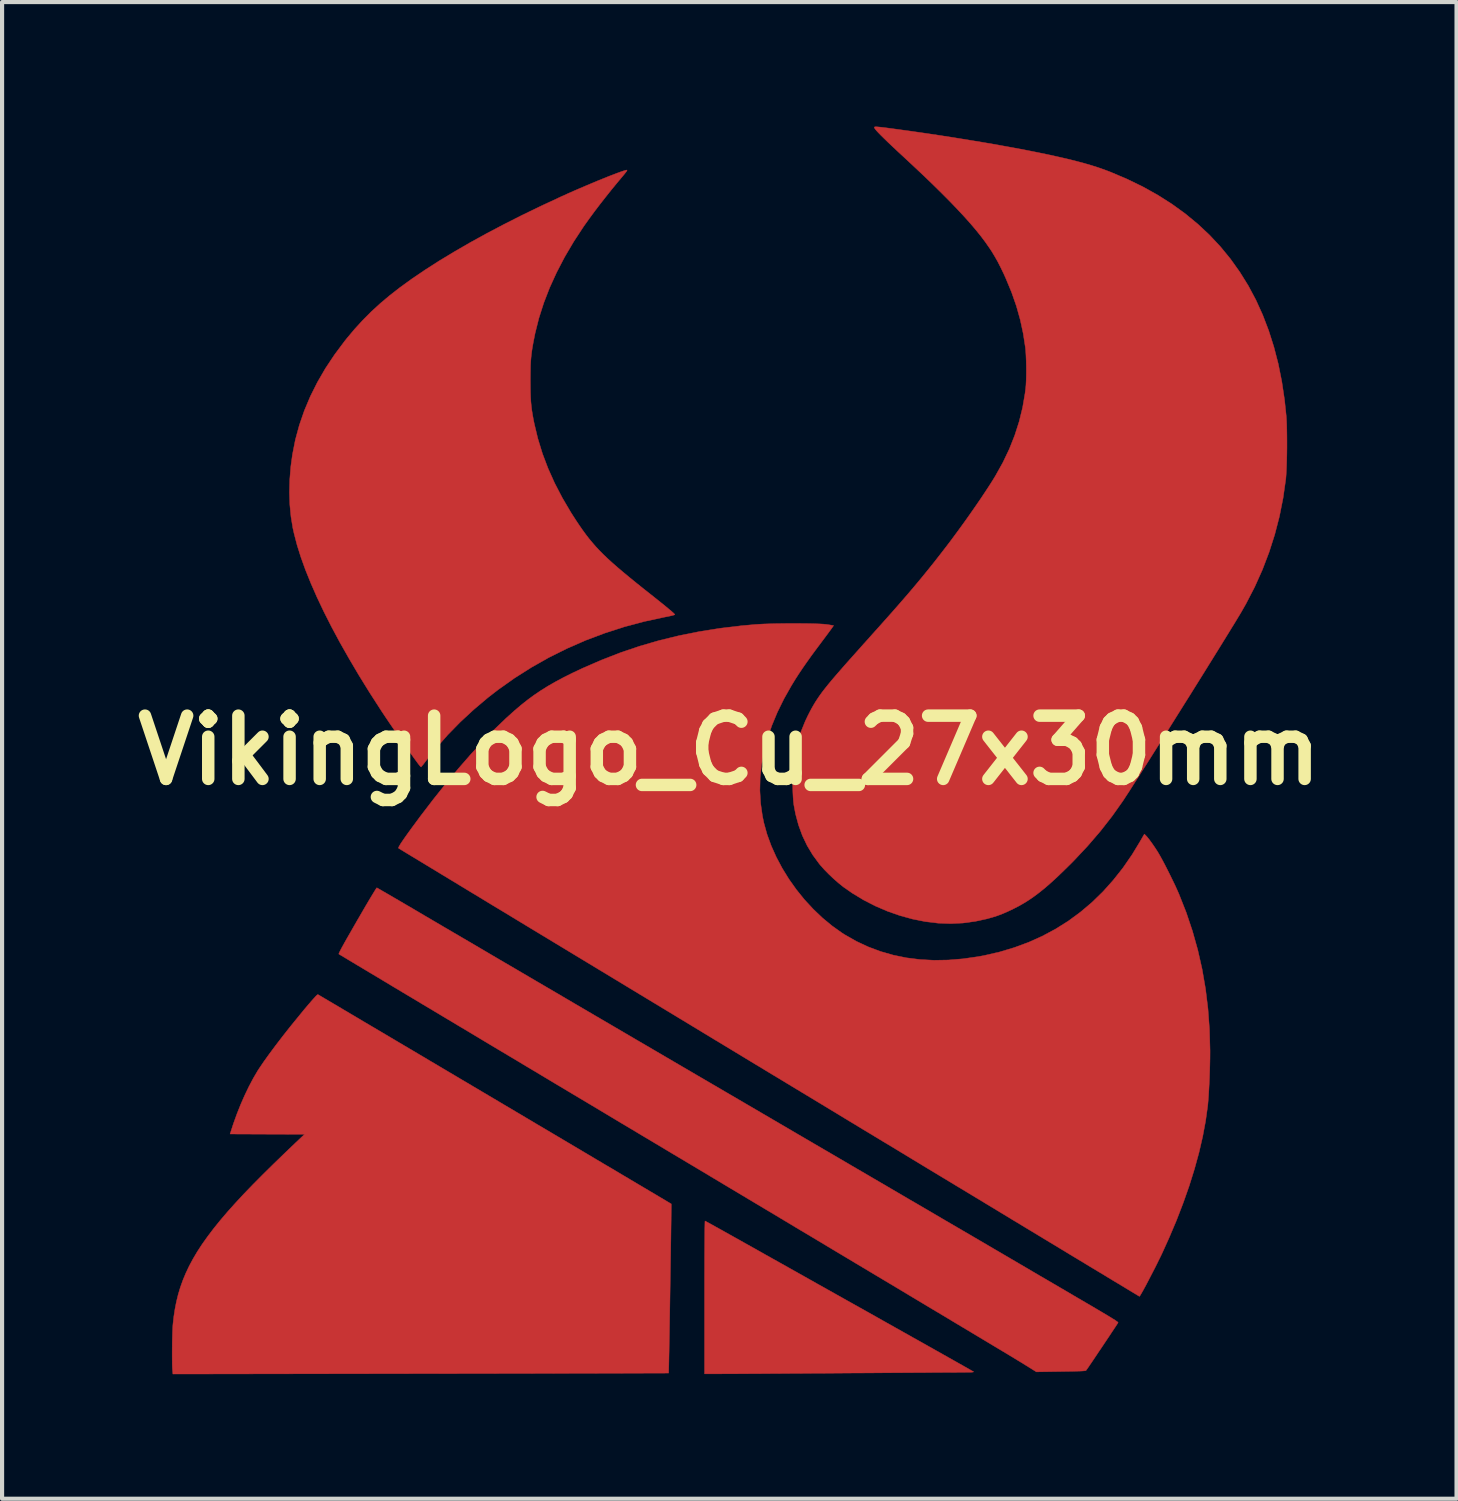
<source format=kicad_pcb>
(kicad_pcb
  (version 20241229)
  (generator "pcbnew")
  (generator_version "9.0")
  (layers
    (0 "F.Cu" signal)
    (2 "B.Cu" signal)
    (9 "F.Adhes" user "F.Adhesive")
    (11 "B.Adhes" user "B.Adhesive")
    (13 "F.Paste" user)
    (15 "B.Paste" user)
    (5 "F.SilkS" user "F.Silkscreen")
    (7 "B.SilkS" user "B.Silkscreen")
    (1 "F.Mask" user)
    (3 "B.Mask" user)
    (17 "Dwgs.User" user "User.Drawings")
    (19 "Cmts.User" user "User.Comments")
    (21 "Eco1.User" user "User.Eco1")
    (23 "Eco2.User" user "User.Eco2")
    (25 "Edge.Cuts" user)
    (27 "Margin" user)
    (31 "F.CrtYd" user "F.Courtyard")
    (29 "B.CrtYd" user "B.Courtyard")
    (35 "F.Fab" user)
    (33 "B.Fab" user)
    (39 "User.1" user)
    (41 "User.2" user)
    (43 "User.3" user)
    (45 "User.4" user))
  (footprint "VikingLogo_Cu_27x30mm"
    (layer "F.Cu")
    (at 14.522 15.027)
    (property "Reference" "VikingLogo_Cu_27x30mm" (at 0 0 0) (layer "F.SilkS") (effects (font (size 1.524 1.524) (thickness 0.3))))
    (attr through_hole)
    (fp_poly (pts (xy -0.572 11.347) (xy -0.539 11.365) (xy -0.487 11.393) (xy -0.418 11.431) (xy -0.334 11.478) (xy -0.235 11.533) (xy -0.125 11.594) (xy -0.004 11.662) (xy 0.126 11.735) (xy 0.263 11.811) (xy 0.339 11.854) (xy 0.444 11.913) (xy 0.569 11.983) (xy 0.713 12.064) (xy 0.874 12.155) (xy 1.051 12.254) (xy 1.242 12.361) (xy 1.445 12.475) (xy 1.658 12.595) (xy 1.881 12.72) (xy 2.111 12.85) (xy 2.347 12.982) (xy 2.587 13.117) (xy 2.829 13.253) (xy 3.072 13.389) (xy 3.315 13.525) (xy 3.555 13.66) (xy 3.562 13.664) (xy 3.787 13.791) (xy 4.006 13.914) (xy 4.218 14.033) (xy 4.422 14.148) (xy 4.617 14.257) (xy 4.803 14.362) (xy 4.977 14.46) (xy 5.139 14.551) (xy 5.288 14.635) (xy 5.423 14.711) (xy 5.543 14.779) (xy 5.646 14.837) (xy 5.733 14.886) (xy 5.801 14.925) (xy 5.85 14.953) (xy 5.878 14.969) (xy 5.886 14.974) (xy 5.879 14.979) (xy 5.849 14.983) (xy 5.797 14.985) (xy 5.727 14.986) (xy 5.698 14.986) (xy 5.645 14.987) (xy 5.569 14.987) (xy 5.471 14.988) (xy 5.353 14.988) (xy 5.215 14.989) (xy 5.06 14.99) (xy 4.888 14.991) (xy 4.701 14.993) (xy 4.5 14.994) (xy 4.286 14.995) (xy 4.06 14.997) (xy 3.824 14.998) (xy 3.579 15) (xy 3.326 15.002) (xy 3.066 15.003) (xy 2.807 15.005) (xy 2.539 15.007) (xy 2.276 15.009) (xy 2.018 15.01) (xy 1.767 15.012) (xy 1.524 15.013) (xy 1.29 15.015) (xy 1.067 15.016) (xy 0.856 15.018) (xy 0.659 15.019) (xy 0.476 15.02) (xy 0.31 15.021) (xy 0.161 15.022) (xy 0.031 15.022) (xy -0.079 15.023) (xy -0.167 15.023) (xy -0.233 15.024) (xy -0.27 15.024) (xy -0.597 15.024) (xy -0.597 13.183) (xy -0.597 12.922) (xy -0.597 12.678) (xy -0.596 12.452) (xy -0.596 12.246) (xy -0.595 12.058) (xy -0.594 11.891) (xy -0.593 11.745) (xy -0.592 11.62) (xy -0.591 11.517) (xy -0.589 11.437) (xy -0.588 11.381) (xy -0.586 11.349) (xy -0.585 11.341) (xy -0.572 11.347)) (stroke (width 0.01) (type solid)) (fill yes) (layer "F.Cu"))
    (fp_poly (pts (xy -9.913 5.885) (xy -9.901 5.891) (xy -9.869 5.91) (xy -9.816 5.941) (xy -9.744 5.984) (xy -9.654 6.037) (xy -9.547 6.1) (xy -9.423 6.173) (xy -9.284 6.256) (xy -9.13 6.347) (xy -8.963 6.446) (xy -8.783 6.553) (xy -8.59 6.667) (xy -8.387 6.787) (xy -8.174 6.913) (xy -7.952 7.045) (xy -7.721 7.181) (xy -7.483 7.322) (xy -7.239 7.467) (xy -6.989 7.615) (xy -6.734 7.766) (xy -6.476 7.919) (xy -6.214 8.074) (xy -5.951 8.23) (xy -5.687 8.386) (xy -5.423 8.543) (xy -5.159 8.699) (xy -4.898 8.854) (xy -4.639 9.008) (xy -4.383 9.159) (xy -4.132 9.308) (xy -3.886 9.454) (xy -3.646 9.596) (xy -3.414 9.734) (xy -3.19 9.867) (xy -2.974 9.995) (xy -2.768 10.116) (xy -2.574 10.232) (xy -2.39 10.341) (xy -2.22 10.442) (xy -2.063 10.535) (xy -1.92 10.62) (xy -1.792 10.695) (xy -1.681 10.762) (xy -1.587 10.817) (xy -1.511 10.863) (xy -1.454 10.897) (xy -1.416 10.919) (xy -1.4 10.929) (xy -1.399 10.93) (xy -1.398 10.943) (xy -1.398 10.979) (xy -1.399 11.038) (xy -1.4 11.117) (xy -1.401 11.215) (xy -1.402 11.33) (xy -1.404 11.461) (xy -1.406 11.606) (xy -1.408 11.763) (xy -1.411 11.931) (xy -1.413 12.107) (xy -1.416 12.291) (xy -1.419 12.481) (xy -1.422 12.675) (xy -1.425 12.871) (xy -1.428 13.068) (xy -1.431 13.264) (xy -1.434 13.458) (xy -1.437 13.648) (xy -1.44 13.831) (xy -1.443 14.008) (xy -1.446 14.175) (xy -1.449 14.332) (xy -1.451 14.477) (xy -1.454 14.607) (xy -1.456 14.722) (xy -1.458 14.819) (xy -1.46 14.898) (xy -1.461 14.957) (xy -1.462 14.993) (xy -1.463 15.005) (xy -1.476 15.005) (xy -1.513 15.005) (xy -1.574 15.006) (xy -1.659 15.006) (xy -1.765 15.007) (xy -1.893 15.007) (xy -2.042 15.007) (xy -2.211 15.008) (xy -2.398 15.008) (xy -2.605 15.009) (xy -2.828 15.01) (xy -3.069 15.01) (xy -3.325 15.011) (xy -3.597 15.011) (xy -3.883 15.012) (xy -4.182 15.012) (xy -4.495 15.013) (xy -4.819 15.014) (xy -5.155 15.014) (xy -5.502 15.015) (xy -5.858 15.016) (xy -6.222 15.016) (xy -6.596 15.017) (xy -6.976 15.017) (xy -7.363 15.018) (xy -7.437 15.018) (xy -13.407 15.028) (xy -13.415 14.94) (xy -13.419 14.884) (xy -13.422 14.807) (xy -13.423 14.713) (xy -13.424 14.607) (xy -13.424 14.492) (xy -13.423 14.373) (xy -13.422 14.254) (xy -13.419 14.139) (xy -13.416 14.033) (xy -13.412 13.94) (xy -13.408 13.864) (xy -13.405 13.829) (xy -13.384 13.642) (xy -13.356 13.46) (xy -13.321 13.283) (xy -13.278 13.108) (xy -13.226 12.936) (xy -13.165 12.765) (xy -13.094 12.595) (xy -13.013 12.424) (xy -12.92 12.251) (xy -12.816 12.075) (xy -12.699 11.896) (xy -12.568 11.712) (xy -12.424 11.522) (xy -12.266 11.326) (xy -12.092 11.122) (xy -11.902 10.91) (xy -11.696 10.688) (xy -11.472 10.456) (xy -11.231 10.213) (xy -10.971 9.957) (xy -10.692 9.687) (xy -10.448 9.454) (xy -10.234 9.252) (xy -11.131 9.249) (xy -12.029 9.245) (xy -12.02 9.217) (xy -11.946 8.989) (xy -11.863 8.759) (xy -11.772 8.531) (xy -11.675 8.31) (xy -11.574 8.1) (xy -11.471 7.905) (xy -11.368 7.729) (xy -11.326 7.664) (xy -11.211 7.494) (xy -11.077 7.308) (xy -10.927 7.106) (xy -10.761 6.89) (xy -10.58 6.66) (xy -10.453 6.504) (xy -10.337 6.362) (xy -10.235 6.237) (xy -10.145 6.131) (xy -10.07 6.044) (xy -10.009 5.975) (xy -9.963 5.925) (xy -9.931 5.895) (xy -9.914 5.884) (xy -9.913 5.885)) (stroke (width 0.01) (type solid)) (fill yes) (layer "F.Cu"))
    (fp_poly (pts (xy -8.48 3.319) (xy -8.447 3.338) (xy -8.395 3.368) (xy -8.328 3.407) (xy -8.245 3.455) (xy -8.15 3.51) (xy -8.044 3.572) (xy -7.929 3.639) (xy -7.807 3.711) (xy -7.741 3.749) (xy -7.308 4.004) (xy -6.874 4.259) (xy -6.438 4.514) (xy -6 4.771) (xy -5.558 5.031) (xy -5.11 5.293) (xy -4.657 5.559) (xy -4.197 5.828) (xy -3.729 6.103) (xy -3.251 6.383) (xy -2.762 6.669) (xy -2.262 6.962) (xy -1.749 7.262) (xy -1.223 7.57) (xy -0.681 7.887) (xy -0.123 8.213) (xy 0.452 8.549) (xy 1.045 8.896) (xy 1.658 9.255) (xy 2.291 9.625) (xy 2.451 9.718) (xy 2.936 10.002) (xy 3.412 10.28) (xy 3.877 10.552) (xy 4.331 10.818) (xy 4.774 11.076) (xy 5.203 11.328) (xy 5.62 11.571) (xy 6.022 11.806) (xy 6.409 12.033) (xy 6.78 12.25) (xy 7.135 12.458) (xy 7.472 12.656) (xy 7.791 12.842) (xy 8.092 13.018) (xy 8.372 13.183) (xy 8.633 13.335) (xy 8.837 13.455) (xy 8.968 13.533) (xy 9.079 13.598) (xy 9.17 13.653) (xy 9.242 13.698) (xy 9.297 13.732) (xy 9.335 13.759) (xy 9.358 13.776) (xy 9.367 13.787) (xy 9.367 13.789) (xy 9.359 13.803) (xy 9.338 13.835) (xy 9.306 13.884) (xy 9.265 13.946) (xy 9.215 14.021) (xy 9.16 14.104) (xy 9.1 14.194) (xy 9.037 14.288) (xy 8.973 14.384) (xy 8.908 14.48) (xy 8.846 14.573) (xy 8.787 14.661) (xy 8.733 14.741) (xy 8.685 14.811) (xy 8.646 14.869) (xy 8.616 14.912) (xy 8.598 14.937) (xy 8.593 14.944) (xy 8.581 14.948) (xy 8.553 14.951) (xy 8.506 14.955) (xy 8.44 14.958) (xy 8.354 14.96) (xy 8.246 14.963) (xy 8.115 14.965) (xy 7.988 14.967) (xy 7.398 14.976) (xy 7.038 14.752) (xy 7.008 14.734) (xy 6.957 14.703) (xy 6.886 14.66) (xy 6.794 14.604) (xy 6.683 14.537) (xy 6.553 14.459) (xy 6.404 14.37) (xy 6.238 14.27) (xy 6.054 14.16) (xy 5.854 14.04) (xy 5.637 13.91) (xy 5.405 13.771) (xy 5.159 13.623) (xy 4.897 13.467) (xy 4.622 13.302) (xy 4.334 13.13) (xy 4.033 12.949) (xy 3.72 12.762) (xy 3.395 12.568) (xy 3.059 12.367) (xy 2.713 12.16) (xy 2.357 11.947) (xy 1.992 11.728) (xy 1.618 11.505) (xy 1.236 11.276) (xy 0.847 11.043) (xy 0.45 10.806) (xy 0.047 10.565) (xy -0.361 10.321) (xy -0.775 10.073) (xy -1.194 9.823) (xy -1.357 9.726) (xy -1.775 9.476) (xy -2.187 9.23) (xy -2.594 8.987) (xy -2.994 8.747) (xy -3.387 8.512) (xy -3.773 8.282) (xy -4.151 8.056) (xy -4.52 7.835) (xy -4.88 7.62) (xy -5.23 7.41) (xy -5.571 7.207) (xy -5.9 7.01) (xy -6.218 6.819) (xy -6.525 6.636) (xy -6.819 6.46) (xy -7.1 6.292) (xy -7.368 6.132) (xy -7.621 5.98) (xy -7.861 5.837) (xy -8.085 5.703) (xy -8.293 5.578) (xy -8.486 5.462) (xy -8.662 5.357) (xy -8.82 5.262) (xy -8.961 5.178) (xy -9.084 5.104) (xy -9.188 5.042) (xy -9.272 4.991) (xy -9.337 4.952) (xy -9.381 4.926) (xy -9.404 4.912) (xy -9.407 4.91) (xy -9.408 4.902) (xy -9.402 4.885) (xy -9.389 4.856) (xy -9.368 4.815) (xy -9.34 4.761) (xy -9.302 4.692) (xy -9.255 4.607) (xy -9.197 4.505) (xy -9.128 4.385) (xy -9.048 4.245) (xy -8.966 4.102) (xy -8.89 3.972) (xy -8.819 3.849) (xy -8.752 3.734) (xy -8.69 3.629) (xy -8.635 3.537) (xy -8.587 3.458) (xy -8.548 3.394) (xy -8.519 3.347) (xy -8.5 3.32) (xy -8.493 3.312) (xy -8.48 3.319)) (stroke (width 0.01) (type solid)) (fill yes) (layer "F.Cu"))
    (fp_poly (pts (xy -2.466 -13.98) (xy -2.465 -13.969) (xy -2.482 -13.941) (xy -2.518 -13.895) (xy -2.561 -13.843) (xy -2.699 -13.678) (xy -2.841 -13.505) (xy -2.981 -13.329) (xy -3.119 -13.153) (xy -3.249 -12.982) (xy -3.369 -12.819) (xy -3.476 -12.669) (xy -3.508 -12.624) (xy -3.751 -12.253) (xy -3.969 -11.883) (xy -4.161 -11.514) (xy -4.329 -11.146) (xy -4.471 -10.779) (xy -4.588 -10.413) (xy -4.68 -10.047) (xy -4.723 -9.83) (xy -4.742 -9.724) (xy -4.757 -9.63) (xy -4.768 -9.544) (xy -4.777 -9.462) (xy -4.784 -9.377) (xy -4.789 -9.286) (xy -4.791 -9.185) (xy -4.793 -9.068) (xy -4.794 -8.931) (xy -4.794 -8.909) (xy -4.793 -8.755) (xy -4.791 -8.622) (xy -4.787 -8.505) (xy -4.781 -8.398) (xy -4.771 -8.297) (xy -4.759 -8.196) (xy -4.742 -8.092) (xy -4.722 -7.979) (xy -4.7 -7.87) (xy -4.614 -7.511) (xy -4.504 -7.152) (xy -4.369 -6.795) (xy -4.209 -6.438) (xy -4.024 -6.082) (xy -3.814 -5.725) (xy -3.689 -5.531) (xy -3.61 -5.413) (xy -3.534 -5.304) (xy -3.458 -5.2) (xy -3.382 -5.101) (xy -3.303 -5.006) (xy -3.221 -4.911) (xy -3.133 -4.817) (xy -3.039 -4.722) (xy -2.936 -4.623) (xy -2.823 -4.52) (xy -2.699 -4.411) (xy -2.561 -4.294) (xy -2.409 -4.168) (xy -2.241 -4.031) (xy -2.055 -3.882) (xy -1.894 -3.755) (xy -1.756 -3.645) (xy -1.637 -3.55) (xy -1.538 -3.47) (xy -1.458 -3.403) (xy -1.395 -3.351) (xy -1.35 -3.311) (xy -1.323 -3.284) (xy -1.312 -3.27) (xy -1.323 -3.263) (xy -1.355 -3.253) (xy -1.408 -3.24) (xy -1.476 -3.225) (xy -1.559 -3.209) (xy -1.565 -3.208) (xy -2.054 -3.102) (xy -2.534 -2.974) (xy -3.004 -2.822) (xy -3.463 -2.649) (xy -3.911 -2.453) (xy -4.347 -2.236) (xy -4.769 -1.997) (xy -5.178 -1.738) (xy -5.573 -1.458) (xy -5.817 -1.269) (xy -6.158 -0.981) (xy -6.481 -0.682) (xy -6.783 -0.373) (xy -7.062 -0.056) (xy -7.29 0.23) (xy -7.334 0.287) (xy -7.371 0.336) (xy -7.402 0.373) (xy -7.421 0.397) (xy -7.427 0.403) (xy -7.438 0.394) (xy -7.46 0.37) (xy -7.488 0.335) (xy -7.497 0.323) (xy -7.594 0.191) (xy -7.7 0.042) (xy -7.814 -0.119) (xy -7.931 -0.286) (xy -8.048 -0.455) (xy -8.162 -0.621) (xy -8.269 -0.779) (xy -8.366 -0.924) (xy -8.401 -0.978) (xy -8.672 -1.399) (xy -8.926 -1.81) (xy -9.162 -2.21) (xy -9.382 -2.598) (xy -9.584 -2.974) (xy -9.768 -3.337) (xy -9.934 -3.687) (xy -10.082 -4.024) (xy -10.212 -4.346) (xy -10.323 -4.654) (xy -10.415 -4.947) (xy -10.487 -5.224) (xy -10.516 -5.353) (xy -10.561 -5.626) (xy -10.589 -5.914) (xy -10.599 -6.213) (xy -10.591 -6.521) (xy -10.566 -6.833) (xy -10.526 -7.125) (xy -10.456 -7.482) (xy -10.36 -7.835) (xy -10.24 -8.183) (xy -10.095 -8.527) (xy -9.925 -8.867) (xy -9.731 -9.202) (xy -9.511 -9.533) (xy -9.266 -9.861) (xy -9.215 -9.925) (xy -9.025 -10.151) (xy -8.83 -10.364) (xy -8.627 -10.568) (xy -8.411 -10.766) (xy -8.18 -10.96) (xy -7.931 -11.154) (xy -7.66 -11.35) (xy -7.642 -11.363) (xy -7.327 -11.576) (xy -6.989 -11.793) (xy -6.628 -12.011) (xy -6.246 -12.232) (xy -5.845 -12.453) (xy -5.425 -12.674) (xy -4.988 -12.895) (xy -4.536 -13.114) (xy -4.07 -13.331) (xy -4.026 -13.351) (xy -3.885 -13.415) (xy -3.74 -13.479) (xy -3.594 -13.542) (xy -3.449 -13.604) (xy -3.306 -13.664) (xy -3.168 -13.722) (xy -3.037 -13.775) (xy -2.914 -13.825) (xy -2.801 -13.868) (xy -2.702 -13.906) (xy -2.617 -13.937) (xy -2.549 -13.96) (xy -2.499 -13.975) (xy -2.47 -13.98) (xy -2.466 -13.98)) (stroke (width 0.01) (type solid)) (fill yes) (layer "F.Cu"))
    (fp_poly (pts (xy 1.675 -3.055) (xy 1.816 -3.054) (xy 1.949 -3.052) (xy 2.069 -3.049) (xy 2.176 -3.045) (xy 2.264 -3.04) (xy 2.331 -3.034) (xy 2.349 -3.031) (xy 2.41 -3.022) (xy 2.46 -3.014) (xy 2.495 -3.008) (xy 2.511 -3.005) (xy 2.512 -3.004) (xy 2.505 -2.994) (xy 2.485 -2.965) (xy 2.453 -2.92) (xy 2.41 -2.862) (xy 2.358 -2.791) (xy 2.299 -2.712) (xy 2.234 -2.625) (xy 2.207 -2.589) (xy 2.077 -2.415) (xy 1.961 -2.257) (xy 1.858 -2.112) (xy 1.764 -1.977) (xy 1.679 -1.85) (xy 1.599 -1.727) (xy 1.524 -1.604) (xy 1.498 -1.562) (xy 1.315 -1.238) (xy 1.157 -0.916) (xy 1.024 -0.596) (xy 0.916 -0.278) (xy 0.834 0.037) (xy 0.776 0.35) (xy 0.743 0.661) (xy 0.736 0.969) (xy 0.754 1.275) (xy 0.797 1.578) (xy 0.832 1.748) (xy 0.909 2.026) (xy 1.01 2.302) (xy 1.133 2.576) (xy 1.276 2.845) (xy 1.438 3.107) (xy 1.617 3.359) (xy 1.812 3.6) (xy 2.021 3.826) (xy 2.242 4.037) (xy 2.474 4.229) (xy 2.714 4.4) (xy 2.783 4.444) (xy 3.06 4.602) (xy 3.347 4.736) (xy 3.644 4.847) (xy 3.951 4.935) (xy 4.268 5) (xy 4.594 5.041) (xy 4.93 5.059) (xy 5.275 5.053) (xy 5.628 5.024) (xy 5.991 4.972) (xy 6.134 4.946) (xy 6.508 4.86) (xy 6.868 4.752) (xy 7.215 4.624) (xy 7.547 4.474) (xy 7.866 4.303) (xy 8.171 4.111) (xy 8.461 3.897) (xy 8.738 3.663) (xy 9.001 3.407) (xy 9.249 3.13) (xy 9.484 2.833) (xy 9.704 2.514) (xy 9.888 2.211) (xy 9.999 2.019) (xy 10.03 2.048) (xy 10.062 2.082) (xy 10.104 2.134) (xy 10.153 2.199) (xy 10.205 2.272) (xy 10.258 2.35) (xy 10.309 2.428) (xy 10.344 2.486) (xy 10.389 2.564) (xy 10.442 2.661) (xy 10.5 2.771) (xy 10.561 2.891) (xy 10.623 3.015) (xy 10.683 3.138) (xy 10.74 3.256) (xy 10.789 3.364) (xy 10.83 3.457) (xy 10.832 3.461) (xy 11.007 3.904) (xy 11.158 4.353) (xy 11.286 4.809) (xy 11.391 5.273) (xy 11.473 5.746) (xy 11.532 6.228) (xy 11.568 6.72) (xy 11.582 7.223) (xy 11.582 7.29) (xy 11.581 7.425) (xy 11.578 7.572) (xy 11.574 7.726) (xy 11.569 7.882) (xy 11.562 8.036) (xy 11.554 8.184) (xy 11.546 8.321) (xy 11.537 8.442) (xy 11.528 8.545) (xy 11.525 8.572) (xy 11.475 8.932) (xy 11.405 9.306) (xy 11.316 9.691) (xy 11.207 10.088) (xy 11.08 10.495) (xy 10.934 10.91) (xy 10.771 11.332) (xy 10.59 11.759) (xy 10.434 12.103) (xy 10.393 12.19) (xy 10.346 12.284) (xy 10.297 12.385) (xy 10.245 12.488) (xy 10.191 12.592) (xy 10.138 12.695) (xy 10.087 12.793) (xy 10.039 12.885) (xy 9.994 12.967) (xy 9.955 13.038) (xy 9.923 13.094) (xy 9.899 13.134) (xy 9.884 13.155) (xy 9.881 13.157) (xy 9.87 13.151) (xy 9.837 13.131) (xy 9.784 13.099) (xy 9.711 13.055) (xy 9.618 12.999) (xy 9.506 12.931) (xy 9.375 12.852) (xy 9.226 12.763) (xy 9.06 12.662) (xy 8.876 12.551) (xy 8.675 12.43) (xy 8.459 12.299) (xy 8.226 12.159) (xy 7.979 12.009) (xy 7.717 11.851) (xy 7.441 11.684) (xy 7.151 11.509) (xy 6.848 11.326) (xy 6.533 11.135) (xy 6.206 10.937) (xy 5.867 10.732) (xy 5.517 10.521) (xy 5.156 10.303) (xy 4.785 10.079) (xy 4.405 9.849) (xy 4.016 9.613) (xy 3.618 9.373) (xy 3.212 9.128) (xy 2.799 8.878) (xy 2.379 8.623) (xy 1.952 8.365) (xy 1.52 8.104) (xy 1.082 7.839) (xy 0.959 7.765) (xy 0.519 7.499) (xy 0.085 7.236) (xy -0.344 6.977) (xy -0.766 6.721) (xy -1.181 6.47) (xy -1.589 6.223) (xy -1.989 5.981) (xy -2.381 5.744) (xy -2.764 5.512) (xy -3.138 5.286) (xy -3.501 5.066) (xy -3.855 4.852) (xy -4.197 4.645) (xy -4.528 4.445) (xy -4.847 4.252) (xy -5.154 4.066) (xy -5.447 3.888) (xy -5.728 3.719) (xy -5.994 3.557) (xy -6.246 3.405) (xy -6.483 3.261) (xy -6.704 3.127) (xy -6.909 3.003) (xy -7.098 2.888) (xy -7.27 2.784) (xy -7.424 2.691) (xy -7.56 2.608) (xy -7.678 2.537) (xy -7.777 2.477) (xy -7.856 2.429) (xy -7.915 2.393) (xy -7.953 2.369) (xy -7.971 2.358) (xy -7.972 2.358) (xy -7.97 2.342) (xy -7.952 2.307) (xy -7.92 2.253) (xy -7.872 2.181) (xy -7.809 2.09) (xy -7.732 1.982) (xy -7.641 1.857) (xy -7.536 1.715) (xy -7.437 1.581) (xy -7.127 1.176) (xy -6.822 0.794) (xy -6.523 0.435) (xy -6.23 0.099) (xy -5.942 -0.214) (xy -5.661 -0.502) (xy -5.386 -0.766) (xy -5.181 -0.951) (xy -5.022 -1.086) (xy -4.864 -1.212) (xy -4.705 -1.329) (xy -4.541 -1.44) (xy -4.368 -1.548) (xy -4.184 -1.653) (xy -3.986 -1.759) (xy -3.769 -1.867) (xy -3.531 -1.979) (xy -3.077 -2.176) (xy -2.621 -2.353) (xy -2.16 -2.509) (xy -1.692 -2.645) (xy -1.216 -2.761) (xy -0.728 -2.859) (xy -0.227 -2.939) (xy 0.29 -3.001) (xy 0.622 -3.031) (xy 0.717 -3.037) (xy 0.829 -3.043) (xy 0.954 -3.047) (xy 1.09 -3.051) (xy 1.233 -3.053) (xy 1.381 -3.055) (xy 1.529 -3.055) (xy 1.675 -3.055)) (stroke (width 0.01) (type solid)) (fill yes) (layer "F.Cu"))
    (fp_poly (pts (xy 3.577 -15.02) (xy 3.627 -15.015) (xy 3.694 -15.008) (xy 3.78 -14.997) (xy 3.886 -14.983) (xy 4.004 -14.967) (xy 4.369 -14.917) (xy 4.737 -14.864) (xy 5.104 -14.809) (xy 5.467 -14.752) (xy 5.824 -14.694) (xy 6.174 -14.636) (xy 6.512 -14.577) (xy 6.837 -14.518) (xy 7.146 -14.46) (xy 7.437 -14.402) (xy 7.707 -14.346) (xy 7.893 -14.305) (xy 8.133 -14.25) (xy 8.351 -14.196) (xy 8.55 -14.143) (xy 8.734 -14.089) (xy 8.905 -14.034) (xy 9.068 -13.976) (xy 9.176 -13.935) (xy 9.577 -13.765) (xy 9.959 -13.58) (xy 10.321 -13.378) (xy 10.663 -13.161) (xy 10.985 -12.928) (xy 11.287 -12.679) (xy 11.57 -12.414) (xy 11.833 -12.133) (xy 12.076 -11.836) (xy 12.299 -11.523) (xy 12.503 -11.195) (xy 12.687 -10.85) (xy 12.851 -10.489) (xy 12.995 -10.112) (xy 13.12 -9.719) (xy 13.226 -9.31) (xy 13.311 -8.885) (xy 13.377 -8.444) (xy 13.418 -8.053) (xy 13.424 -7.962) (xy 13.429 -7.851) (xy 13.432 -7.725) (xy 13.434 -7.587) (xy 13.435 -7.441) (xy 13.435 -7.292) (xy 13.433 -7.143) (xy 13.43 -6.998) (xy 13.426 -6.862) (xy 13.421 -6.738) (xy 13.415 -6.631) (xy 13.408 -6.544) (xy 13.406 -6.528) (xy 13.342 -6.078) (xy 13.254 -5.635) (xy 13.141 -5.199) (xy 13.004 -4.77) (xy 12.843 -4.349) (xy 12.658 -3.936) (xy 12.449 -3.532) (xy 12.347 -3.353) (xy 12.306 -3.283) (xy 12.252 -3.194) (xy 12.187 -3.086) (xy 12.11 -2.961) (xy 12.024 -2.821) (xy 11.929 -2.667) (xy 11.826 -2.5) (xy 11.716 -2.323) (xy 11.6 -2.136) (xy 11.479 -1.941) (xy 11.354 -1.74) (xy 11.225 -1.534) (xy 11.095 -1.325) (xy 10.962 -1.114) (xy 10.83 -0.903) (xy 10.698 -0.693) (xy 10.568 -0.485) (xy 10.44 -0.282) (xy 10.315 -0.084) (xy 10.195 0.106) (xy 10.08 0.288) (xy 9.971 0.459) (xy 9.87 0.619) (xy 9.776 0.765) (xy 9.692 0.897) (xy 9.618 1.013) (xy 9.554 1.11) (xy 9.503 1.189) (xy 9.483 1.219) (xy 9.222 1.588) (xy 8.938 1.951) (xy 8.63 2.309) (xy 8.298 2.662) (xy 8.23 2.731) (xy 8.055 2.903) (xy 7.895 3.057) (xy 7.745 3.194) (xy 7.605 3.316) (xy 7.471 3.424) (xy 7.342 3.521) (xy 7.216 3.608) (xy 7.091 3.686) (xy 6.964 3.758) (xy 6.839 3.822) (xy 6.704 3.886) (xy 6.582 3.939) (xy 6.466 3.983) (xy 6.348 4.021) (xy 6.22 4.057) (xy 6.219 4.058) (xy 5.924 4.122) (xy 5.627 4.162) (xy 5.329 4.176) (xy 5.032 4.165) (xy 5.023 4.164) (xy 4.719 4.127) (xy 4.414 4.066) (xy 4.109 3.982) (xy 3.809 3.877) (xy 3.516 3.751) (xy 3.232 3.605) (xy 2.961 3.441) (xy 2.745 3.29) (xy 2.632 3.199) (xy 2.514 3.096) (xy 2.397 2.985) (xy 2.287 2.873) (xy 2.192 2.766) (xy 2.168 2.737) (xy 2.01 2.522) (xy 1.874 2.295) (xy 1.76 2.056) (xy 1.668 1.804) (xy 1.596 1.538) (xy 1.555 1.321) (xy 1.545 1.238) (xy 1.537 1.135) (xy 1.531 1.019) (xy 1.527 0.893) (xy 1.526 0.765) (xy 1.527 0.639) (xy 1.531 0.521) (xy 1.537 0.417) (xy 1.542 0.356) (xy 1.585 0.075) (xy 1.646 -0.192) (xy 1.727 -0.45) (xy 1.83 -0.703) (xy 1.894 -0.838) (xy 1.938 -0.924) (xy 1.981 -1.006) (xy 2.026 -1.084) (xy 2.072 -1.161) (xy 2.122 -1.238) (xy 2.176 -1.317) (xy 2.236 -1.4) (xy 2.304 -1.488) (xy 2.38 -1.583) (xy 2.466 -1.687) (xy 2.563 -1.801) (xy 2.673 -1.927) (xy 2.796 -2.068) (xy 2.935 -2.224) (xy 3.046 -2.348) (xy 3.129 -2.441) (xy 3.223 -2.547) (xy 3.326 -2.661) (xy 3.431 -2.779) (xy 3.535 -2.895) (xy 3.633 -3.004) (xy 3.688 -3.066) (xy 3.903 -3.307) (xy 4.102 -3.534) (xy 4.288 -3.748) (xy 4.462 -3.953) (xy 4.628 -4.152) (xy 4.787 -4.347) (xy 4.943 -4.542) (xy 5.096 -4.738) (xy 5.251 -4.939) (xy 5.344 -5.062) (xy 5.463 -5.223) (xy 5.586 -5.391) (xy 5.709 -5.562) (xy 5.831 -5.735) (xy 5.949 -5.905) (xy 6.062 -6.07) (xy 6.167 -6.228) (xy 6.262 -6.373) (xy 6.346 -6.505) (xy 6.41 -6.61) (xy 6.591 -6.934) (xy 6.746 -7.259) (xy 6.876 -7.587) (xy 6.983 -7.92) (xy 7.066 -8.258) (xy 7.125 -8.602) (xy 7.14 -8.719) (xy 7.147 -8.801) (xy 7.152 -8.904) (xy 7.155 -9.02) (xy 7.156 -9.146) (xy 7.155 -9.274) (xy 7.152 -9.4) (xy 7.147 -9.518) (xy 7.141 -9.622) (xy 7.133 -9.703) (xy 7.081 -10.04) (xy 7.009 -10.373) (xy 6.916 -10.704) (xy 6.8 -11.036) (xy 6.661 -11.371) (xy 6.611 -11.482) (xy 6.536 -11.637) (xy 6.466 -11.774) (xy 6.394 -11.901) (xy 6.319 -12.025) (xy 6.267 -12.103) (xy 6.173 -12.238) (xy 6.067 -12.38) (xy 5.947 -12.529) (xy 5.813 -12.687) (xy 5.664 -12.854) (xy 5.499 -13.031) (xy 5.319 -13.219) (xy 5.121 -13.418) (xy 4.906 -13.63) (xy 4.672 -13.855) (xy 4.419 -14.093) (xy 4.216 -14.282) (xy 4.067 -14.42) (xy 3.936 -14.543) (xy 3.823 -14.65) (xy 3.728 -14.742) (xy 3.649 -14.82) (xy 3.587 -14.884) (xy 3.541 -14.934) (xy 3.511 -14.972) (xy 3.495 -14.997) (xy 3.493 -15.007) (xy 3.494 -15.014) (xy 3.502 -15.019) (xy 3.516 -15.022) (xy 3.54 -15.022) (xy 3.577 -15.02)) (stroke (width 0.01) (type solid)) (fill yes) (layer "F.Cu")))
  (gr_rect
    (start -3 -3)
    (end 32.043 33.06)
    (stroke (width 0.1) (type default))
    (fill no)
    (layer "Edge.Cuts")))
</source>
